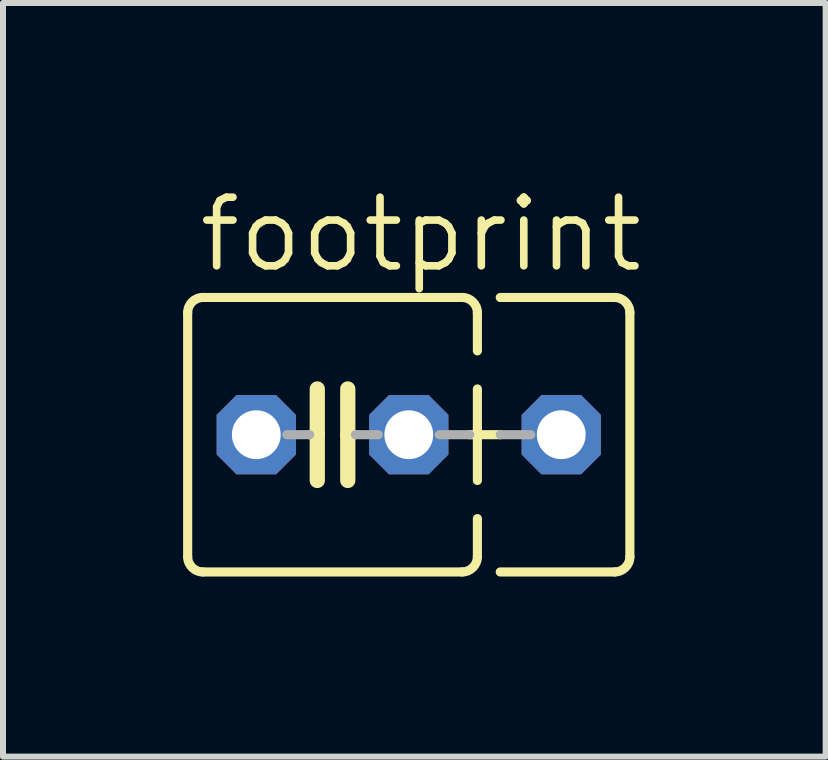
<source format=kicad_pcb>
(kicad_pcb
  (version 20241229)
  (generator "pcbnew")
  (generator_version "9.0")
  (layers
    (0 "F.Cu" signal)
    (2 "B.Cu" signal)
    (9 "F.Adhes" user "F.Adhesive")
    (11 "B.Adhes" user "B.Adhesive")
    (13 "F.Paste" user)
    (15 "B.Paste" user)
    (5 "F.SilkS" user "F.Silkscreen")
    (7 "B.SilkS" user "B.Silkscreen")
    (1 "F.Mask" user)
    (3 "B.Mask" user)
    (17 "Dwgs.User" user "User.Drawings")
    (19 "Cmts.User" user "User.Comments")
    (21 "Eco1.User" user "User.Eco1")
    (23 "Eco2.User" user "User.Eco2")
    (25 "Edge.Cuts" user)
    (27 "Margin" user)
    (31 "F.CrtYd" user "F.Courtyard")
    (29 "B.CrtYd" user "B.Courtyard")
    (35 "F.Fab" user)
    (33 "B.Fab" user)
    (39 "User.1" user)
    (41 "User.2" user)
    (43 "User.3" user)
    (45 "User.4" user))
  (footprint "footprint"
    (layer "F.Cu")
    (at 2.489 4.191)
    (property "Reference" "footprint" (at -2.286 -2.667 0) (layer "F.SilkS") (effects (font (size 1.143 1.143) (thickness 0.127)) (justify left bottom)))
    (fp_line (start -2.413 -2.032) (end -2.413 2.032) (stroke (width 0.152) (type solid)) (layer "F.SilkS"))
    (fp_line (start -2.159 -2.286) (end 2.159 -2.286) (stroke (width 0.152) (type solid)) (layer "F.SilkS"))
    (fp_line (start -0.254 -0.762) (end -0.254 0) (stroke (width 0.254) (type solid)) (layer "F.SilkS"))
    (fp_line (start -0.254 0) (end -0.381 0) (stroke (width 0.152) (type solid)) (layer "F.SilkS"))
    (fp_line (start -0.254 0) (end -0.254 0.762) (stroke (width 0.254) (type solid)) (layer "F.SilkS"))
    (fp_line (start 0.254 0) (end 0.254 -0.762) (stroke (width 0.254) (type solid)) (layer "F.SilkS"))
    (fp_line (start 0.254 0) (end 0.254 0.762) (stroke (width 0.254) (type solid)) (layer "F.SilkS"))
    (fp_line (start 0.381 0) (end 0.254 0) (stroke (width 0.152) (type solid)) (layer "F.SilkS"))
    (fp_line (start 2.159 2.286) (end -2.159 2.286) (stroke (width 0.152) (type solid)) (layer "F.SilkS"))
    (fp_line (start 2.286 0) (end 2.794 0) (stroke (width 0.152) (type solid)) (layer "F.SilkS"))
    (fp_line (start 2.413 -2.032) (end 2.413 -1.397) (stroke (width 0.152) (type solid)) (layer "F.SilkS"))
    (fp_line (start 2.413 -0.762) (end 2.413 0.762) (stroke (width 0.152) (type solid)) (layer "F.SilkS"))
    (fp_line (start 2.413 1.397) (end 2.413 2.032) (stroke (width 0.152) (type solid)) (layer "F.SilkS"))
    (fp_line (start 2.794 -2.286) (end 4.699 -2.286) (stroke (width 0.152) (type solid)) (layer "F.SilkS"))
    (fp_line (start 4.699 2.286) (end 2.794 2.286) (stroke (width 0.152) (type solid)) (layer "F.SilkS"))
    (fp_line (start 4.953 -2.032) (end 4.953 2.032) (stroke (width 0.152) (type solid)) (layer "F.SilkS"))
    (fp_arc (start -2.413 -2.032) (mid -2.338605 -2.211605) (end -2.159 -2.286) (stroke (width 0.1524) (type solid)) (layer "F.SilkS"))
    (fp_arc (start -2.159 2.286) (mid -2.338605 2.211605) (end -2.413 2.032) (stroke (width 0.1524) (type solid)) (layer "F.SilkS"))
    (fp_arc (start 2.159 -2.286) (mid 2.338605 -2.211605) (end 2.413 -2.032) (stroke (width 0.1524) (type solid)) (layer "F.SilkS"))
    (fp_arc (start 2.413 2.032) (mid 2.338605 2.211605) (end 2.159 2.286) (stroke (width 0.1524) (type solid)) (layer "F.SilkS"))
    (fp_arc (start 4.699 -2.286) (mid 4.878605 -2.211605) (end 4.953 -2.032) (stroke (width 0.1524) (type solid)) (layer "F.SilkS"))
    (fp_arc (start 4.953 2.032) (mid 4.878605 2.211605) (end 4.699 2.286) (stroke (width 0.1524) (type solid)) (layer "F.SilkS"))
    (fp_line (start -0.381 0) (end -0.762 0) (stroke (width 0.152) (type solid)) (layer "F.Fab"))
    (fp_line (start 0.381 0) (end 0.762 0) (stroke (width 0.152) (type solid)) (layer "F.Fab"))
    (fp_line (start 2.286 0) (end 1.778 0) (stroke (width 0.152) (type solid)) (layer "F.Fab"))
    (fp_line (start 2.794 0) (end 3.302 0) (stroke (width 0.152) (type solid)) (layer "F.Fab"))
    (pad "1" thru_hole roundrect (at -1.27 0) (size 1.321 1.321) (drill 0.813) (layers "*.Cu" "*.Mask") (roundrect_rratio 0.25) (chamfer_ratio 0.25) (chamfer top_left top_right bottom_left bottom_right))
    (pad "2" thru_hole roundrect (at 1.27 0) (size 1.321 1.321) (drill 0.813) (layers "*.Cu" "*.Mask") (roundrect_rratio 0.25) (chamfer_ratio 0.25) (chamfer top_left top_right bottom_left bottom_right))
    (pad "3" thru_hole roundrect (at 3.81 0) (size 1.321 1.321) (drill 0.813) (layers "*.Cu" "*.Mask") (roundrect_rratio 0.25) (chamfer_ratio 0.25) (chamfer top_left top_right bottom_left bottom_right)))
  (gr_rect
    (start -3 -3)
    (end 10.703 9.553)
    (stroke (width 0.1) (type default))
    (fill no)
    (layer "Edge.Cuts")))
</source>
